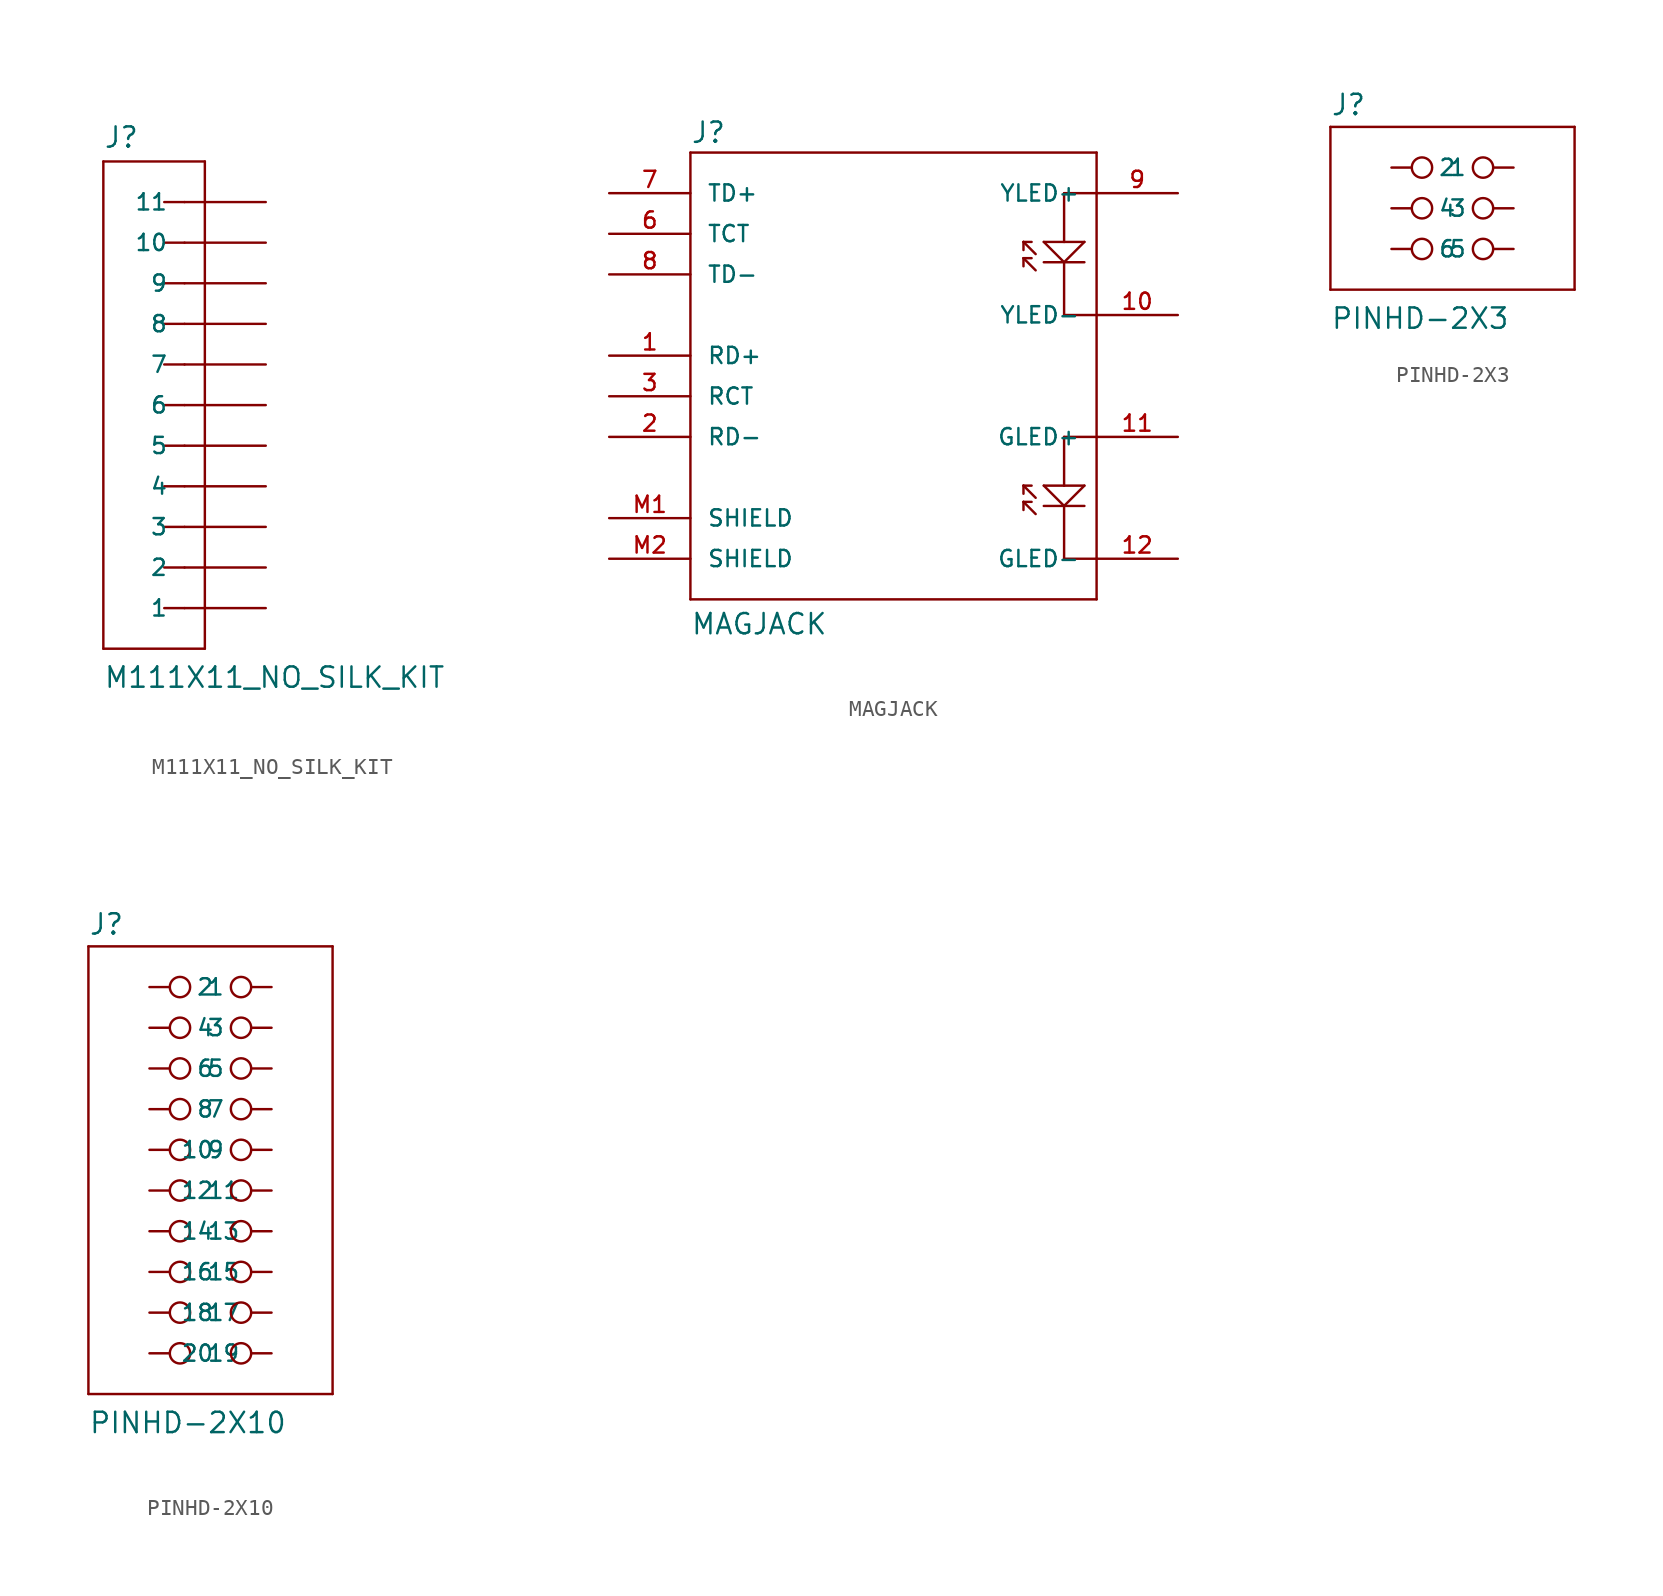
<source format=kicad_sym>
(kicad_symbol_lib
  (version 20211014)
  (generator kicad_symbol_editor)
  (symbol "M111X11_NO_SILK_KIT"
    (pin_numbers hide)
    (pin_names
      (offset 1.016))
    (property "Reference" "J"
      (at 0 16.002 0)
      (effects (font (size 1.27 1.27)) (justify left bottom)))
    (property "Value" "M111X11_NO_SILK_KIT"
      (at 0 -17.78 0)
      (effects (font (size 1.27 1.27)) (justify left bottom)))
    (property "Datasheet" ""
      (at 0 0 0)
      (effects (font (size 1.524 1.524))))
    (property "ki_locked" ""
      (at 0 0 0)
      (effects (font (size 1.27 1.27))))
    (symbol "M111X11_NO_SILK_KIT_1_0"
      (polyline (pts (xy 0 15.24) (xy 0 -15.24)) (stroke (width 0) (type default) (color 0 0 0 0)) (fill (type none)))
      (polyline (pts (xy 0 15.24) (xy 6.35 15.24)) (stroke (width 0) (type default) (color 0 0 0 0)) (fill (type none)))
      (polyline (pts (xy 3.81 -12.7) (xy 5.08 -12.7)) (stroke (width 0) (type default) (color 0 0 0 0)) (fill (type none)))
      (polyline (pts (xy 3.81 -10.16) (xy 5.08 -10.16)) (stroke (width 0) (type default) (color 0 0 0 0)) (fill (type none)))
      (polyline (pts (xy 3.81 -7.62) (xy 5.08 -7.62)) (stroke (width 0) (type default) (color 0 0 0 0)) (fill (type none)))
      (polyline (pts (xy 3.81 -5.08) (xy 5.08 -5.08)) (stroke (width 0) (type default) (color 0 0 0 0)) (fill (type none)))
      (polyline (pts (xy 3.81 -2.54) (xy 5.08 -2.54)) (stroke (width 0) (type default) (color 0 0 0 0)) (fill (type none)))
      (polyline (pts (xy 3.81 0) (xy 5.08 0)) (stroke (width 0) (type default) (color 0 0 0 0)) (fill (type none)))
      (polyline (pts (xy 3.81 2.54) (xy 5.08 2.54)) (stroke (width 0) (type default) (color 0 0 0 0)) (fill (type none)))
      (polyline (pts (xy 3.81 5.08) (xy 5.08 5.08)) (stroke (width 0) (type default) (color 0 0 0 0)) (fill (type none)))
      (polyline (pts (xy 3.81 7.62) (xy 5.08 7.62)) (stroke (width 0) (type default) (color 0 0 0 0)) (fill (type none)))
      (polyline (pts (xy 3.81 10.16) (xy 5.08 10.16)) (stroke (width 0) (type default) (color 0 0 0 0)) (fill (type none)))
      (polyline (pts (xy 3.81 12.7) (xy 5.08 12.7)) (stroke (width 0) (type default) (color 0 0 0 0)) (fill (type none)))
      (polyline (pts (xy 6.35 -15.24) (xy 0 -15.24)) (stroke (width 0) (type default) (color 0 0 0 0)) (fill (type none)))
      (polyline (pts (xy 6.35 -15.24) (xy 6.35 15.24)) (stroke (width 0) (type default) (color 0 0 0 0)) (fill (type none))))
    (symbol "M111X11_NO_SILK_KIT_1_1"
      (pin passive line (at 10.16 -12.7 180) (length 5.08) (name "1" (effects (font (size 1.016 1.016)))) (number "1" (effects (font (size 1.016 1.016)))))
      (pin passive line (at 10.16 10.16 180) (length 5.08) (name "10" (effects (font (size 1.016 1.016)))) (number "10" (effects (font (size 1.016 1.016)))))
      (pin passive line (at 10.16 12.7 180) (length 5.08) (name "11" (effects (font (size 1.016 1.016)))) (number "11" (effects (font (size 1.016 1.016)))))
      (pin passive line (at 10.16 -10.16 180) (length 5.08) (name "2" (effects (font (size 1.016 1.016)))) (number "2" (effects (font (size 1.016 1.016)))))
      (pin passive line (at 10.16 -7.62 180) (length 5.08) (name "3" (effects (font (size 1.016 1.016)))) (number "3" (effects (font (size 1.016 1.016)))))
      (pin passive line (at 10.16 -5.08 180) (length 5.08) (name "4" (effects (font (size 1.016 1.016)))) (number "4" (effects (font (size 1.016 1.016)))))
      (pin passive line (at 10.16 -2.54 180) (length 5.08) (name "5" (effects (font (size 1.016 1.016)))) (number "5" (effects (font (size 1.016 1.016)))))
      (pin passive line (at 10.16 0 180) (length 5.08) (name "6" (effects (font (size 1.016 1.016)))) (number "6" (effects (font (size 1.016 1.016)))))
      (pin passive line (at 10.16 2.54 180) (length 5.08) (name "7" (effects (font (size 1.016 1.016)))) (number "7" (effects (font (size 1.016 1.016)))))
      (pin passive line (at 10.16 5.08 180) (length 5.08) (name "8" (effects (font (size 1.016 1.016)))) (number "8" (effects (font (size 1.016 1.016)))))
      (pin passive line (at 10.16 7.62 180) (length 5.08) (name "9" (effects (font (size 1.016 1.016)))) (number "9" (effects (font (size 1.016 1.016)))))))
  (symbol "MAGJACK"
    (pin_names
      (offset 1.016))
    (property "Reference" "J"
      (at -12.7 13.208 0)
      (effects (font (size 1.27 1.27)) (justify left bottom)))
    (property "Value" "MAGJACK"
      (at -12.7 -17.526 0)
      (effects (font (size 1.27 1.27)) (justify left bottom)))
    (property "Datasheet" ""
      (at 0 0 0)
      (effects (font (size 1.524 1.524))))
    (property "ki_locked" ""
      (at 0 0 0)
      (effects (font (size 1.27 1.27))))
    (symbol "MAGJACK_1_0"
      (polyline (pts (xy -12.7 -15.24) (xy 12.7 -15.24)) (stroke (width 0) (type default) (color 0 0 0 0)) (fill (type none)))
      (polyline (pts (xy -12.7 12.7) (xy -12.7 -15.24)) (stroke (width 0) (type default) (color 0 0 0 0)) (fill (type none)))
      (polyline (pts (xy 8.128 -9.652) (xy 8.128 -9.144)) (stroke (width 0) (type default) (color 0 0 0 0)) (fill (type none)))
      (polyline (pts (xy 8.128 -9.144) (xy 8.636 -9.144)) (stroke (width 0) (type default) (color 0 0 0 0)) (fill (type none)))
      (polyline (pts (xy 8.128 -8.636) (xy 8.128 -8.128)) (stroke (width 0) (type default) (color 0 0 0 0)) (fill (type none)))
      (polyline (pts (xy 8.128 -8.128) (xy 8.636 -8.128)) (stroke (width 0) (type default) (color 0 0 0 0)) (fill (type none)))
      (polyline (pts (xy 8.128 5.588) (xy 8.128 6.096)) (stroke (width 0) (type default) (color 0 0 0 0)) (fill (type none)))
      (polyline (pts (xy 8.128 6.096) (xy 8.636 6.096)) (stroke (width 0) (type default) (color 0 0 0 0)) (fill (type none)))
      (polyline (pts (xy 8.128 6.604) (xy 8.128 7.112)) (stroke (width 0) (type default) (color 0 0 0 0)) (fill (type none)))
      (polyline (pts (xy 8.128 7.112) (xy 8.636 7.112)) (stroke (width 0) (type default) (color 0 0 0 0)) (fill (type none)))
      (polyline (pts (xy 8.89 -9.906) (xy 8.128 -9.144)) (stroke (width 0) (type default) (color 0 0 0 0)) (fill (type none)))
      (polyline (pts (xy 8.89 -8.89) (xy 8.128 -8.128)) (stroke (width 0) (type default) (color 0 0 0 0)) (fill (type none)))
      (polyline (pts (xy 8.89 5.334) (xy 8.128 6.096)) (stroke (width 0) (type default) (color 0 0 0 0)) (fill (type none)))
      (polyline (pts (xy 8.89 6.35) (xy 8.128 7.112)) (stroke (width 0) (type default) (color 0 0 0 0)) (fill (type none)))
      (polyline (pts (xy 9.398 -9.398) (xy 10.668 -9.398)) (stroke (width 0) (type default) (color 0 0 0 0)) (fill (type none)))
      (polyline (pts (xy 9.398 -8.128) (xy 10.668 -9.398)) (stroke (width 0) (type default) (color 0 0 0 0)) (fill (type none)))
      (polyline (pts (xy 9.398 5.842) (xy 10.668 5.842)) (stroke (width 0) (type default) (color 0 0 0 0)) (fill (type none)))
      (polyline (pts (xy 9.398 7.112) (xy 10.668 5.842)) (stroke (width 0) (type default) (color 0 0 0 0)) (fill (type none)))
      (polyline (pts (xy 10.668 -12.7) (xy 12.7 -12.7)) (stroke (width 0) (type default) (color 0 0 0 0)) (fill (type none)))
      (polyline (pts (xy 10.668 -9.398) (xy 10.668 -12.7)) (stroke (width 0) (type default) (color 0 0 0 0)) (fill (type none)))
      (polyline (pts (xy 10.668 -9.398) (xy 11.938 -9.398)) (stroke (width 0) (type default) (color 0 0 0 0)) (fill (type none)))
      (polyline (pts (xy 10.668 -9.398) (xy 11.938 -8.128)) (stroke (width 0) (type default) (color 0 0 0 0)) (fill (type none)))
      (polyline (pts (xy 10.668 -8.128) (xy 9.398 -8.128)) (stroke (width 0) (type default) (color 0 0 0 0)) (fill (type none)))
      (polyline (pts (xy 10.668 -5.08) (xy 10.668 -8.128)) (stroke (width 0) (type default) (color 0 0 0 0)) (fill (type none)))
      (polyline (pts (xy 10.668 2.54) (xy 12.7 2.54)) (stroke (width 0) (type default) (color 0 0 0 0)) (fill (type none)))
      (polyline (pts (xy 10.668 5.842) (xy 10.668 2.54)) (stroke (width 0) (type default) (color 0 0 0 0)) (fill (type none)))
      (polyline (pts (xy 10.668 5.842) (xy 11.938 5.842)) (stroke (width 0) (type default) (color 0 0 0 0)) (fill (type none)))
      (polyline (pts (xy 10.668 5.842) (xy 11.938 7.112)) (stroke (width 0) (type default) (color 0 0 0 0)) (fill (type none)))
      (polyline (pts (xy 10.668 7.112) (xy 9.398 7.112)) (stroke (width 0) (type default) (color 0 0 0 0)) (fill (type none)))
      (polyline (pts (xy 10.668 10.16) (xy 10.668 7.112)) (stroke (width 0) (type default) (color 0 0 0 0)) (fill (type none)))
      (polyline (pts (xy 11.938 -8.128) (xy 10.668 -8.128)) (stroke (width 0) (type default) (color 0 0 0 0)) (fill (type none)))
      (polyline (pts (xy 11.938 7.112) (xy 10.668 7.112)) (stroke (width 0) (type default) (color 0 0 0 0)) (fill (type none)))
      (polyline (pts (xy 12.7 -15.24) (xy 12.7 -12.7)) (stroke (width 0) (type default) (color 0 0 0 0)) (fill (type none)))
      (polyline (pts (xy 12.7 -12.7) (xy 12.7 2.54)) (stroke (width 0) (type default) (color 0 0 0 0)) (fill (type none)))
      (polyline (pts (xy 12.7 -5.08) (xy 10.668 -5.08)) (stroke (width 0) (type default) (color 0 0 0 0)) (fill (type none)))
      (polyline (pts (xy 12.7 2.54) (xy 12.7 10.16)) (stroke (width 0) (type default) (color 0 0 0 0)) (fill (type none)))
      (polyline (pts (xy 12.7 10.16) (xy 10.668 10.16)) (stroke (width 0) (type default) (color 0 0 0 0)) (fill (type none)))
      (polyline (pts (xy 12.7 10.16) (xy 12.7 12.7)) (stroke (width 0) (type default) (color 0 0 0 0)) (fill (type none)))
      (polyline (pts (xy 12.7 12.7) (xy -12.7 12.7)) (stroke (width 0) (type default) (color 0 0 0 0)) (fill (type none))))
    (symbol "MAGJACK_1_1"
      (pin bidirectional line (at -17.78 0 0) (length 5.08) (name "RD+" (effects (font (size 1.016 1.016)))) (number "1" (effects (font (size 1.016 1.016)))))
      (pin bidirectional line (at 17.78 2.54 180) (length 5.08) (name "YLED-" (effects (font (size 1.016 1.016)))) (number "10" (effects (font (size 1.016 1.016)))))
      (pin bidirectional line (at 17.78 -5.08 180) (length 5.08) (name "GLED+" (effects (font (size 1.016 1.016)))) (number "11" (effects (font (size 1.016 1.016)))))
      (pin bidirectional line (at 17.78 -12.7 180) (length 5.08) (name "GLED-" (effects (font (size 1.016 1.016)))) (number "12" (effects (font (size 1.016 1.016)))))
      (pin bidirectional line (at -17.78 -5.08 0) (length 5.08) (name "RD-" (effects (font (size 1.016 1.016)))) (number "2" (effects (font (size 1.016 1.016)))))
      (pin bidirectional line (at -17.78 -2.54 0) (length 5.08) (name "RCT" (effects (font (size 1.016 1.016)))) (number "3" (effects (font (size 1.016 1.016)))))
      (pin bidirectional line (at -17.78 7.62 0) (length 5.08) (name "TCT" (effects (font (size 1.016 1.016)))) (number "6" (effects (font (size 1.016 1.016)))))
      (pin bidirectional line (at -17.78 10.16 0) (length 5.08) (name "TD+" (effects (font (size 1.016 1.016)))) (number "7" (effects (font (size 1.016 1.016)))))
      (pin bidirectional line (at -17.78 5.08 0) (length 5.08) (name "TD-" (effects (font (size 1.016 1.016)))) (number "8" (effects (font (size 1.016 1.016)))))
      (pin bidirectional line (at 17.78 10.16 180) (length 5.08) (name "YLED+" (effects (font (size 1.016 1.016)))) (number "9" (effects (font (size 1.016 1.016)))))
      (pin bidirectional line (at -17.78 -10.16 0) (length 5.08) (name "SHIELD" (effects (font (size 1.016 1.016)))) (number "M1" (effects (font (size 1.016 1.016)))))
      (pin bidirectional line (at -17.78 -12.7 0) (length 5.08) (name "SHIELD" (effects (font (size 1.016 1.016)))) (number "M2" (effects (font (size 1.016 1.016)))))))
  (symbol "PINHD-2X3"
    (pin_numbers hide)
    (pin_names
      (offset 1.016))
    (property "Reference" "J"
      (at -6.35 5.715 0)
      (effects (font (size 1.27 1.27)) (justify left bottom)))
    (property "Value" "PINHD-2X3"
      (at -6.35 -7.62 0)
      (effects (font (size 1.27 1.27)) (justify left bottom)))
    (property "Datasheet" ""
      (at 0 0 0)
      (effects (font (size 1.524 1.524))))
    (property "ki_locked" ""
      (at 0 0 0)
      (effects (font (size 1.27 1.27))))
    (symbol "PINHD-2X3_1_0"
      (polyline (pts (xy -6.35 -5.08) (xy 8.89 -5.08)) (stroke (width 0) (type default) (color 0 0 0 0)) (fill (type none)))
      (polyline (pts (xy -6.35 5.08) (xy -6.35 -5.08)) (stroke (width 0) (type default) (color 0 0 0 0)) (fill (type none)))
      (polyline (pts (xy 8.89 -5.08) (xy 8.89 5.08)) (stroke (width 0) (type default) (color 0 0 0 0)) (fill (type none)))
      (polyline (pts (xy 8.89 5.08) (xy -6.35 5.08)) (stroke (width 0) (type default) (color 0 0 0 0)) (fill (type none))))
    (symbol "PINHD-2X3_1_1"
      (pin passive inverted (at -2.54 2.54 0) (length 2.54) (name "1" (effects (font (size 1.016 1.016)))) (number "1" (effects (font (size 1.016 1.016)))))
      (pin passive inverted (at 5.08 2.54 180) (length 2.54) (name "2" (effects (font (size 1.016 1.016)))) (number "2" (effects (font (size 1.016 1.016)))))
      (pin passive inverted (at -2.54 0 0) (length 2.54) (name "3" (effects (font (size 1.016 1.016)))) (number "3" (effects (font (size 1.016 1.016)))))
      (pin passive inverted (at 5.08 0 180) (length 2.54) (name "4" (effects (font (size 1.016 1.016)))) (number "4" (effects (font (size 1.016 1.016)))))
      (pin passive inverted (at -2.54 -2.54 0) (length 2.54) (name "5" (effects (font (size 1.016 1.016)))) (number "5" (effects (font (size 1.016 1.016)))))
      (pin passive inverted (at 5.08 -2.54 180) (length 2.54) (name "6" (effects (font (size 1.016 1.016)))) (number "6" (effects (font (size 1.016 1.016)))))))
  (symbol "PINHD-2X10"
    (pin_numbers hide)
    (pin_names
      (offset 1.016))
    (property "Reference" "J"
      (at -6.35 13.335 0)
      (effects (font (size 1.27 1.27)) (justify left bottom)))
    (property "Value" "PINHD-2X10"
      (at -6.35 -17.78 0)
      (effects (font (size 1.27 1.27)) (justify left bottom)))
    (property "Datasheet" ""
      (at 0 0 0)
      (effects (font (size 1.524 1.524))))
    (property "ki_locked" ""
      (at 0 0 0)
      (effects (font (size 1.27 1.27))))
    (symbol "PINHD-2X10_1_0"
      (polyline (pts (xy -6.35 -15.24) (xy 8.89 -15.24)) (stroke (width 0) (type default) (color 0 0 0 0)) (fill (type none)))
      (polyline (pts (xy -6.35 12.7) (xy -6.35 -15.24)) (stroke (width 0) (type default) (color 0 0 0 0)) (fill (type none)))
      (polyline (pts (xy 8.89 -15.24) (xy 8.89 12.7)) (stroke (width 0) (type default) (color 0 0 0 0)) (fill (type none)))
      (polyline (pts (xy 8.89 12.7) (xy -6.35 12.7)) (stroke (width 0) (type default) (color 0 0 0 0)) (fill (type none))))
    (symbol "PINHD-2X10_1_1"
      (pin passive inverted (at -2.54 10.16 0) (length 2.54) (name "1" (effects (font (size 1.016 1.016)))) (number "1" (effects (font (size 1.016 1.016)))))
      (pin passive inverted (at 5.08 0 180) (length 2.54) (name "10" (effects (font (size 1.016 1.016)))) (number "10" (effects (font (size 1.016 1.016)))))
      (pin passive inverted (at -2.54 -2.54 0) (length 2.54) (name "11" (effects (font (size 1.016 1.016)))) (number "11" (effects (font (size 1.016 1.016)))))
      (pin passive inverted (at 5.08 -2.54 180) (length 2.54) (name "12" (effects (font (size 1.016 1.016)))) (number "12" (effects (font (size 1.016 1.016)))))
      (pin passive inverted (at -2.54 -5.08 0) (length 2.54) (name "13" (effects (font (size 1.016 1.016)))) (number "13" (effects (font (size 1.016 1.016)))))
      (pin passive inverted (at 5.08 -5.08 180) (length 2.54) (name "14" (effects (font (size 1.016 1.016)))) (number "14" (effects (font (size 1.016 1.016)))))
      (pin passive inverted (at -2.54 -7.62 0) (length 2.54) (name "15" (effects (font (size 1.016 1.016)))) (number "15" (effects (font (size 1.016 1.016)))))
      (pin passive inverted (at 5.08 -7.62 180) (length 2.54) (name "16" (effects (font (size 1.016 1.016)))) (number "16" (effects (font (size 1.016 1.016)))))
      (pin passive inverted (at -2.54 -10.16 0) (length 2.54) (name "17" (effects (font (size 1.016 1.016)))) (number "17" (effects (font (size 1.016 1.016)))))
      (pin passive inverted (at 5.08 -10.16 180) (length 2.54) (name "18" (effects (font (size 1.016 1.016)))) (number "18" (effects (font (size 1.016 1.016)))))
      (pin passive inverted (at -2.54 -12.7 0) (length 2.54) (name "19" (effects (font (size 1.016 1.016)))) (number "19" (effects (font (size 1.016 1.016)))))
      (pin passive inverted (at 5.08 10.16 180) (length 2.54) (name "2" (effects (font (size 1.016 1.016)))) (number "2" (effects (font (size 1.016 1.016)))))
      (pin passive inverted (at 5.08 -12.7 180) (length 2.54) (name "20" (effects (font (size 1.016 1.016)))) (number "20" (effects (font (size 1.016 1.016)))))
      (pin passive inverted (at -2.54 7.62 0) (length 2.54) (name "3" (effects (font (size 1.016 1.016)))) (number "3" (effects (font (size 1.016 1.016)))))
      (pin passive inverted (at 5.08 7.62 180) (length 2.54) (name "4" (effects (font (size 1.016 1.016)))) (number "4" (effects (font (size 1.016 1.016)))))
      (pin passive inverted (at -2.54 5.08 0) (length 2.54) (name "5" (effects (font (size 1.016 1.016)))) (number "5" (effects (font (size 1.016 1.016)))))
      (pin passive inverted (at 5.08 5.08 180) (length 2.54) (name "6" (effects (font (size 1.016 1.016)))) (number "6" (effects (font (size 1.016 1.016)))))
      (pin passive inverted (at -2.54 2.54 0) (length 2.54) (name "7" (effects (font (size 1.016 1.016)))) (number "7" (effects (font (size 1.016 1.016)))))
      (pin passive inverted (at 5.08 2.54 180) (length 2.54) (name "8" (effects (font (size 1.016 1.016)))) (number "8" (effects (font (size 1.016 1.016)))))
      (pin passive inverted (at -2.54 0 0) (length 2.54) (name "9" (effects (font (size 1.016 1.016)))) (number "9" (effects (font (size 1.016 1.016))))))))
</source>
